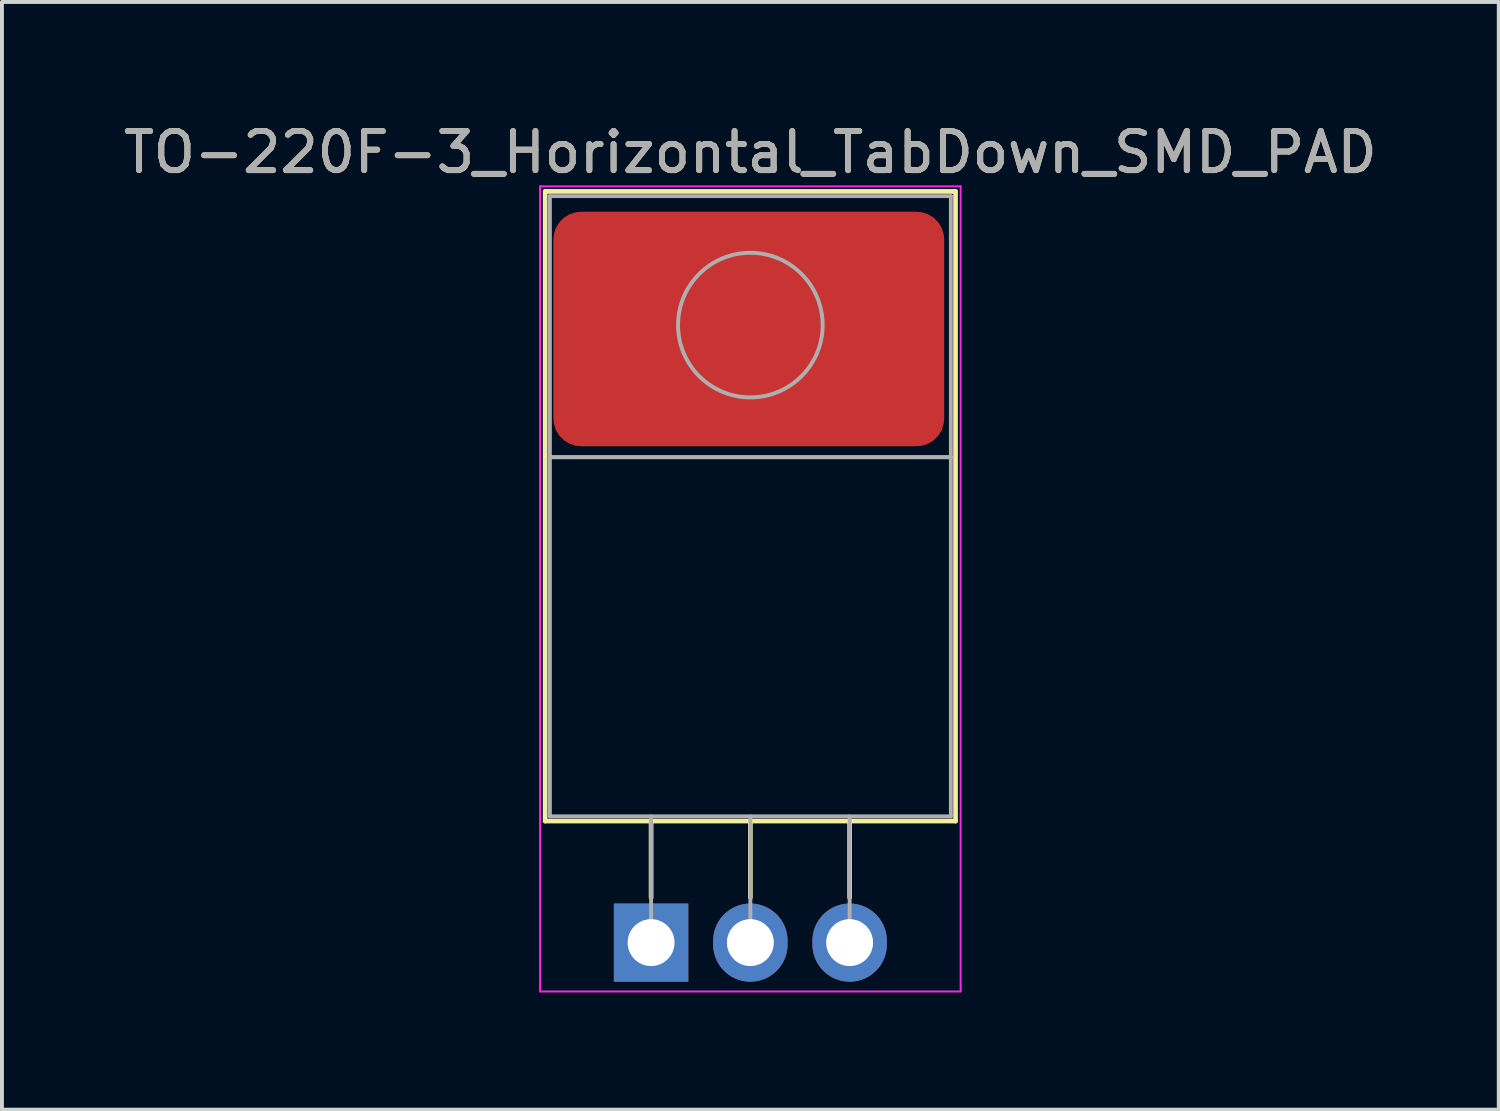
<source format=kicad_pcb>
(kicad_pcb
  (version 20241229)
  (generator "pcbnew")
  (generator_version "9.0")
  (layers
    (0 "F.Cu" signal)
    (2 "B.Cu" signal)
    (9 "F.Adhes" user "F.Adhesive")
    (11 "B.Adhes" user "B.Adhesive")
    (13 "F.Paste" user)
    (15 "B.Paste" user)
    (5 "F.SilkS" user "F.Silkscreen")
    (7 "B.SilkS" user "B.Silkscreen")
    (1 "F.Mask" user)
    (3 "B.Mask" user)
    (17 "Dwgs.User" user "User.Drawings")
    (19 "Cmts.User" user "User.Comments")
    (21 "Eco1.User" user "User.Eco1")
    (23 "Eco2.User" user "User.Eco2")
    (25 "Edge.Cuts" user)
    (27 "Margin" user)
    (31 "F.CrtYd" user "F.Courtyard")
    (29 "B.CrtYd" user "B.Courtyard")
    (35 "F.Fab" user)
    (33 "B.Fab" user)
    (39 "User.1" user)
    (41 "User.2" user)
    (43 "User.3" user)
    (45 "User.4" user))
  (footprint "TO-220F-3_Horizontal_TabDown_SMD_PAD"
    (layer "F.Cu")
    (at 13.609 21.068)
    (property "Reference" "TO-220F-3_Horizontal_TabDown_SMD_PAD" (at 2.54 -20.22 0) (layer "F.SilkS") (effects (font (size 1 1) (thickness 0.15))))
    (attr through_hole)
    (fp_line (start -2.71 -19.22) (end -2.71 -3.11) (stroke (width 0.12) (type solid)) (layer "F.SilkS"))
    (fp_line (start -2.71 -19.22) (end 7.79 -19.22) (stroke (width 0.12) (type solid)) (layer "F.SilkS"))
    (fp_line (start -2.71 -3.11) (end 7.79 -3.11) (stroke (width 0.12) (type solid)) (layer "F.SilkS"))
    (fp_line (start 0 -3.11) (end 0 -1.15) (stroke (width 0.12) (type solid)) (layer "F.SilkS"))
    (fp_line (start 2.54 -3.11) (end 2.54 -1.15) (stroke (width 0.12) (type solid)) (layer "F.SilkS"))
    (fp_line (start 5.08 -3.11) (end 5.08 -1.15) (stroke (width 0.12) (type solid)) (layer "F.SilkS"))
    (fp_line (start 7.79 -19.22) (end 7.79 -3.11) (stroke (width 0.12) (type solid)) (layer "F.SilkS"))
    (fp_line (start -2.84 -19.35) (end -2.84 1.25) (stroke (width 0.05) (type solid)) (layer "F.CrtYd"))
    (fp_line (start -2.84 1.25) (end 7.92 1.25) (stroke (width 0.05) (type solid)) (layer "F.CrtYd"))
    (fp_line (start 7.92 -19.35) (end -2.84 -19.35) (stroke (width 0.05) (type solid)) (layer "F.CrtYd"))
    (fp_line (start 7.92 1.25) (end 7.92 -19.35) (stroke (width 0.05) (type solid)) (layer "F.CrtYd"))
    (fp_line (start -2.59 -19.1) (end 7.67 -19.1) (stroke (width 0.1) (type solid)) (layer "F.Fab"))
    (fp_line (start -2.59 -12.42) (end -2.59 -19.1) (stroke (width 0.1) (type solid)) (layer "F.Fab"))
    (fp_line (start -2.59 -12.42) (end 7.67 -12.42) (stroke (width 0.1) (type solid)) (layer "F.Fab"))
    (fp_line (start -2.59 -3.23) (end -2.59 -12.42) (stroke (width 0.1) (type solid)) (layer "F.Fab"))
    (fp_line (start 0 -3.23) (end 0 0) (stroke (width 0.1) (type solid)) (layer "F.Fab"))
    (fp_line (start 2.54 -3.23) (end 2.54 0) (stroke (width 0.1) (type solid)) (layer "F.Fab"))
    (fp_line (start 5.08 -3.23) (end 5.08 0) (stroke (width 0.1) (type solid)) (layer "F.Fab"))
    (fp_line (start 7.67 -19.1) (end 7.67 -12.42) (stroke (width 0.1) (type solid)) (layer "F.Fab"))
    (fp_line (start 7.67 -12.42) (end -2.59 -12.42) (stroke (width 0.1) (type solid)) (layer "F.Fab"))
    (fp_line (start 7.67 -12.42) (end 7.67 -3.23) (stroke (width 0.1) (type solid)) (layer "F.Fab"))
    (fp_line (start 7.67 -3.23) (end -2.59 -3.23) (stroke (width 0.1) (type solid)) (layer "F.Fab"))
    (fp_circle (center 2.54 -15.8) (end 4.39 -15.8) (stroke (width 0.1) (type solid)) (fill no) (layer "F.Fab"))
    (fp_text user "${REFERENCE}" (at 2.54 -20.22 0) (layer "F.Fab") (effects (font (size 1 1) (thickness 0.15))))
    (pad "1" thru_hole rect (at 0 0) (size 1.905 2) (drill 1.2) (layers "*.Cu" "*.Mask"))
    (pad "2" smd roundrect (at 2.5 -15.7) (size 10 6) (layers "F.Cu" "F.Mask" "F.Paste") (roundrect_rratio 0.118))
    (pad "2" thru_hole oval (at 2.54 0) (size 1.905 2) (drill 1.2) (layers "*.Cu" "*.Mask"))
    (pad "3" thru_hole oval (at 5.08 0) (size 1.905 2) (drill 1.2) (layers "*.Cu" "*.Mask")))
  (gr_rect
    (start -3 -3)
    (end 35.298 25.343)
    (stroke (width 0.1) (type default))
    (fill no)
    (layer "Edge.Cuts")))
</source>
